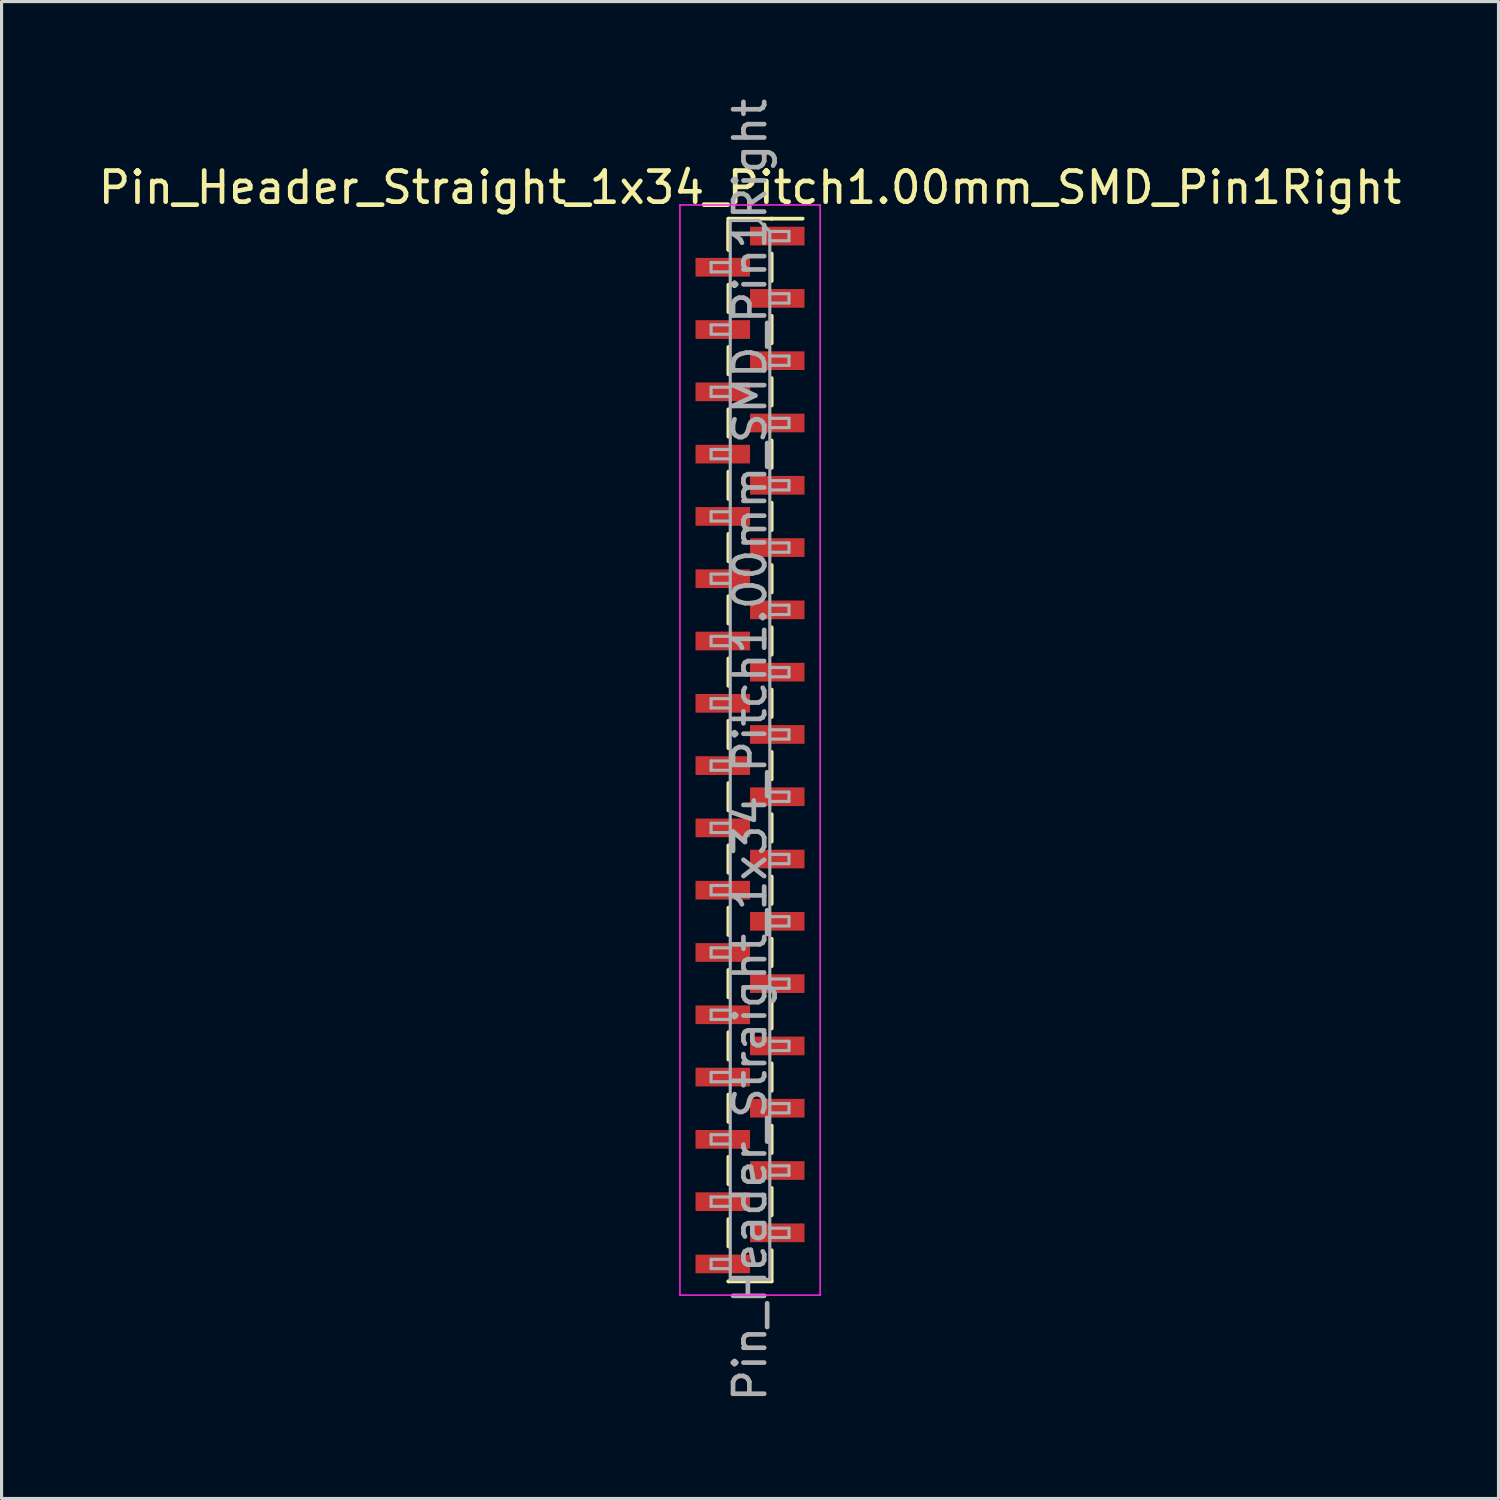
<source format=kicad_pcb>
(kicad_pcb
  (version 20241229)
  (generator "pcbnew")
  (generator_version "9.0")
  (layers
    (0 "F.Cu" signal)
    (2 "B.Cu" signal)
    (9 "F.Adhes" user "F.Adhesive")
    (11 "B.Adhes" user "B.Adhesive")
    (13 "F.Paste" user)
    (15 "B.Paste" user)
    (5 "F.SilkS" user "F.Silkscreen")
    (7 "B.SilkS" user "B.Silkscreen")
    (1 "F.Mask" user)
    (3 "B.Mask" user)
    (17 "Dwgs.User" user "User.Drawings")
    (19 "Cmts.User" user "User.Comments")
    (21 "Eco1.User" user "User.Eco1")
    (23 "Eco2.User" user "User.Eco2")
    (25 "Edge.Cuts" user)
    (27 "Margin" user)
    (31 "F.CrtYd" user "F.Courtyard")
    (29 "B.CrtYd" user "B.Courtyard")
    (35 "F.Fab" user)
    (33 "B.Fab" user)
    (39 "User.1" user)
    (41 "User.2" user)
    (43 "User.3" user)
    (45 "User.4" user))
  (footprint "Pin_Header_Straight_1x34_Pitch1.00mm_SMD_Pin1Right"
    (layer "F.Cu")
    (at 21.03 21.03)
    (property "Reference" "Pin_Header_Straight_1x34_Pitch1.00mm_SMD_Pin1Right" (at 0 -18.06 0) (layer "F.SilkS") (effects (font (size 1 1) (thickness 0.15))))
    (attr smd)
    (fp_line (start -0.695 -17.06) (end -0.695 -16.06) (stroke (width 0.12) (type solid)) (layer "F.SilkS"))
    (fp_line (start -0.695 -17.06) (end 0.695 -17.06) (stroke (width 0.12) (type solid)) (layer "F.SilkS"))
    (fp_line (start -0.695 -16.94) (end -0.695 -16.06) (stroke (width 0.12) (type solid)) (layer "F.SilkS"))
    (fp_line (start -0.695 -14.94) (end -0.695 -14.06) (stroke (width 0.12) (type solid)) (layer "F.SilkS"))
    (fp_line (start -0.695 -12.94) (end -0.695 -12.06) (stroke (width 0.12) (type solid)) (layer "F.SilkS"))
    (fp_line (start -0.695 -10.94) (end -0.695 -10.06) (stroke (width 0.12) (type solid)) (layer "F.SilkS"))
    (fp_line (start -0.695 -8.94) (end -0.695 -8.06) (stroke (width 0.12) (type solid)) (layer "F.SilkS"))
    (fp_line (start -0.695 -6.94) (end -0.695 -6.06) (stroke (width 0.12) (type solid)) (layer "F.SilkS"))
    (fp_line (start -0.695 -4.94) (end -0.695 -4.06) (stroke (width 0.12) (type solid)) (layer "F.SilkS"))
    (fp_line (start -0.695 -2.94) (end -0.695 -2.06) (stroke (width 0.12) (type solid)) (layer "F.SilkS"))
    (fp_line (start -0.695 -0.94) (end -0.695 -0.06) (stroke (width 0.12) (type solid)) (layer "F.SilkS"))
    (fp_line (start -0.695 1.06) (end -0.695 1.94) (stroke (width 0.12) (type solid)) (layer "F.SilkS"))
    (fp_line (start -0.695 3.06) (end -0.695 3.94) (stroke (width 0.12) (type solid)) (layer "F.SilkS"))
    (fp_line (start -0.695 5.06) (end -0.695 5.94) (stroke (width 0.12) (type solid)) (layer "F.SilkS"))
    (fp_line (start -0.695 7.06) (end -0.695 7.94) (stroke (width 0.12) (type solid)) (layer "F.SilkS"))
    (fp_line (start -0.695 9.06) (end -0.695 9.94) (stroke (width 0.12) (type solid)) (layer "F.SilkS"))
    (fp_line (start -0.695 11.06) (end -0.695 11.94) (stroke (width 0.12) (type solid)) (layer "F.SilkS"))
    (fp_line (start -0.695 13.06) (end -0.695 13.94) (stroke (width 0.12) (type solid)) (layer "F.SilkS"))
    (fp_line (start -0.695 15.06) (end -0.695 15.94) (stroke (width 0.12) (type solid)) (layer "F.SilkS"))
    (fp_line (start -0.695 17.06) (end -0.695 17.06) (stroke (width 0.12) (type solid)) (layer "F.SilkS"))
    (fp_line (start -0.695 17.06) (end 0.695 17.06) (stroke (width 0.12) (type solid)) (layer "F.SilkS"))
    (fp_line (start 0.695 -17.06) (end 0.695 -17.06) (stroke (width 0.12) (type solid)) (layer "F.SilkS"))
    (fp_line (start 0.695 -17.06) (end 1.69 -17.06) (stroke (width 0.12) (type solid)) (layer "F.SilkS"))
    (fp_line (start 0.695 -15.94) (end 0.695 -15.06) (stroke (width 0.12) (type solid)) (layer "F.SilkS"))
    (fp_line (start 0.695 -13.94) (end 0.695 -13.06) (stroke (width 0.12) (type solid)) (layer "F.SilkS"))
    (fp_line (start 0.695 -11.94) (end 0.695 -11.06) (stroke (width 0.12) (type solid)) (layer "F.SilkS"))
    (fp_line (start 0.695 -9.94) (end 0.695 -9.06) (stroke (width 0.12) (type solid)) (layer "F.SilkS"))
    (fp_line (start 0.695 -7.94) (end 0.695 -7.06) (stroke (width 0.12) (type solid)) (layer "F.SilkS"))
    (fp_line (start 0.695 -5.94) (end 0.695 -5.06) (stroke (width 0.12) (type solid)) (layer "F.SilkS"))
    (fp_line (start 0.695 -3.94) (end 0.695 -3.06) (stroke (width 0.12) (type solid)) (layer "F.SilkS"))
    (fp_line (start 0.695 -1.94) (end 0.695 -1.06) (stroke (width 0.12) (type solid)) (layer "F.SilkS"))
    (fp_line (start 0.695 0.06) (end 0.695 0.94) (stroke (width 0.12) (type solid)) (layer "F.SilkS"))
    (fp_line (start 0.695 2.06) (end 0.695 2.94) (stroke (width 0.12) (type solid)) (layer "F.SilkS"))
    (fp_line (start 0.695 4.06) (end 0.695 4.94) (stroke (width 0.12) (type solid)) (layer "F.SilkS"))
    (fp_line (start 0.695 6.06) (end 0.695 6.94) (stroke (width 0.12) (type solid)) (layer "F.SilkS"))
    (fp_line (start 0.695 8.06) (end 0.695 8.94) (stroke (width 0.12) (type solid)) (layer "F.SilkS"))
    (fp_line (start 0.695 10.06) (end 0.695 10.94) (stroke (width 0.12) (type solid)) (layer "F.SilkS"))
    (fp_line (start 0.695 12.06) (end 0.695 12.94) (stroke (width 0.12) (type solid)) (layer "F.SilkS"))
    (fp_line (start 0.695 14.06) (end 0.695 14.94) (stroke (width 0.12) (type solid)) (layer "F.SilkS"))
    (fp_line (start 0.695 16.06) (end 0.695 17.06) (stroke (width 0.12) (type solid)) (layer "F.SilkS"))
    (fp_line (start -2.25 -17.5) (end -2.25 17.5) (stroke (width 0.05) (type solid)) (layer "F.CrtYd"))
    (fp_line (start -2.25 17.5) (end 2.25 17.5) (stroke (width 0.05) (type solid)) (layer "F.CrtYd"))
    (fp_line (start 2.25 -17.5) (end -2.25 -17.5) (stroke (width 0.05) (type solid)) (layer "F.CrtYd"))
    (fp_line (start 2.25 17.5) (end 2.25 -17.5) (stroke (width 0.05) (type solid)) (layer "F.CrtYd"))
    (fp_line (start -1.25 -15.65) (end -1.25 -15.35) (stroke (width 0.1) (type solid)) (layer "F.Fab"))
    (fp_line (start -1.25 -15.35) (end -0.635 -15.35) (stroke (width 0.1) (type solid)) (layer "F.Fab"))
    (fp_line (start -1.25 -13.65) (end -1.25 -13.35) (stroke (width 0.1) (type solid)) (layer "F.Fab"))
    (fp_line (start -1.25 -13.35) (end -0.635 -13.35) (stroke (width 0.1) (type solid)) (layer "F.Fab"))
    (fp_line (start -1.25 -11.65) (end -1.25 -11.35) (stroke (width 0.1) (type solid)) (layer "F.Fab"))
    (fp_line (start -1.25 -11.35) (end -0.635 -11.35) (stroke (width 0.1) (type solid)) (layer "F.Fab"))
    (fp_line (start -1.25 -9.65) (end -1.25 -9.35) (stroke (width 0.1) (type solid)) (layer "F.Fab"))
    (fp_line (start -1.25 -9.35) (end -0.635 -9.35) (stroke (width 0.1) (type solid)) (layer "F.Fab"))
    (fp_line (start -1.25 -7.65) (end -1.25 -7.35) (stroke (width 0.1) (type solid)) (layer "F.Fab"))
    (fp_line (start -1.25 -7.35) (end -0.635 -7.35) (stroke (width 0.1) (type solid)) (layer "F.Fab"))
    (fp_line (start -1.25 -5.65) (end -1.25 -5.35) (stroke (width 0.1) (type solid)) (layer "F.Fab"))
    (fp_line (start -1.25 -5.35) (end -0.635 -5.35) (stroke (width 0.1) (type solid)) (layer "F.Fab"))
    (fp_line (start -1.25 -3.65) (end -1.25 -3.35) (stroke (width 0.1) (type solid)) (layer "F.Fab"))
    (fp_line (start -1.25 -3.35) (end -0.635 -3.35) (stroke (width 0.1) (type solid)) (layer "F.Fab"))
    (fp_line (start -1.25 -1.65) (end -1.25 -1.35) (stroke (width 0.1) (type solid)) (layer "F.Fab"))
    (fp_line (start -1.25 -1.35) (end -0.635 -1.35) (stroke (width 0.1) (type solid)) (layer "F.Fab"))
    (fp_line (start -1.25 0.35) (end -1.25 0.65) (stroke (width 0.1) (type solid)) (layer "F.Fab"))
    (fp_line (start -1.25 0.65) (end -0.635 0.65) (stroke (width 0.1) (type solid)) (layer "F.Fab"))
    (fp_line (start -1.25 2.35) (end -1.25 2.65) (stroke (width 0.1) (type solid)) (layer "F.Fab"))
    (fp_line (start -1.25 2.65) (end -0.635 2.65) (stroke (width 0.1) (type solid)) (layer "F.Fab"))
    (fp_line (start -1.25 4.35) (end -1.25 4.65) (stroke (width 0.1) (type solid)) (layer "F.Fab"))
    (fp_line (start -1.25 4.65) (end -0.635 4.65) (stroke (width 0.1) (type solid)) (layer "F.Fab"))
    (fp_line (start -1.25 6.35) (end -1.25 6.65) (stroke (width 0.1) (type solid)) (layer "F.Fab"))
    (fp_line (start -1.25 6.65) (end -0.635 6.65) (stroke (width 0.1) (type solid)) (layer "F.Fab"))
    (fp_line (start -1.25 8.35) (end -1.25 8.65) (stroke (width 0.1) (type solid)) (layer "F.Fab"))
    (fp_line (start -1.25 8.65) (end -0.635 8.65) (stroke (width 0.1) (type solid)) (layer "F.Fab"))
    (fp_line (start -1.25 10.35) (end -1.25 10.65) (stroke (width 0.1) (type solid)) (layer "F.Fab"))
    (fp_line (start -1.25 10.65) (end -0.635 10.65) (stroke (width 0.1) (type solid)) (layer "F.Fab"))
    (fp_line (start -1.25 12.35) (end -1.25 12.65) (stroke (width 0.1) (type solid)) (layer "F.Fab"))
    (fp_line (start -1.25 12.65) (end -0.635 12.65) (stroke (width 0.1) (type solid)) (layer "F.Fab"))
    (fp_line (start -1.25 14.35) (end -1.25 14.65) (stroke (width 0.1) (type solid)) (layer "F.Fab"))
    (fp_line (start -1.25 14.65) (end -0.635 14.65) (stroke (width 0.1) (type solid)) (layer "F.Fab"))
    (fp_line (start -1.25 16.35) (end -1.25 16.65) (stroke (width 0.1) (type solid)) (layer "F.Fab"))
    (fp_line (start -1.25 16.65) (end -0.635 16.65) (stroke (width 0.1) (type solid)) (layer "F.Fab"))
    (fp_line (start -0.635 -17) (end -0.635 17) (stroke (width 0.1) (type solid)) (layer "F.Fab"))
    (fp_line (start -0.635 -17) (end 0.285 -17) (stroke (width 0.1) (type solid)) (layer "F.Fab"))
    (fp_line (start -0.635 -15.65) (end -1.25 -15.65) (stroke (width 0.1) (type solid)) (layer "F.Fab"))
    (fp_line (start -0.635 -13.65) (end -1.25 -13.65) (stroke (width 0.1) (type solid)) (layer "F.Fab"))
    (fp_line (start -0.635 -11.65) (end -1.25 -11.65) (stroke (width 0.1) (type solid)) (layer "F.Fab"))
    (fp_line (start -0.635 -9.65) (end -1.25 -9.65) (stroke (width 0.1) (type solid)) (layer "F.Fab"))
    (fp_line (start -0.635 -7.65) (end -1.25 -7.65) (stroke (width 0.1) (type solid)) (layer "F.Fab"))
    (fp_line (start -0.635 -5.65) (end -1.25 -5.65) (stroke (width 0.1) (type solid)) (layer "F.Fab"))
    (fp_line (start -0.635 -3.65) (end -1.25 -3.65) (stroke (width 0.1) (type solid)) (layer "F.Fab"))
    (fp_line (start -0.635 -1.65) (end -1.25 -1.65) (stroke (width 0.1) (type solid)) (layer "F.Fab"))
    (fp_line (start -0.635 0.35) (end -1.25 0.35) (stroke (width 0.1) (type solid)) (layer "F.Fab"))
    (fp_line (start -0.635 2.35) (end -1.25 2.35) (stroke (width 0.1) (type solid)) (layer "F.Fab"))
    (fp_line (start -0.635 4.35) (end -1.25 4.35) (stroke (width 0.1) (type solid)) (layer "F.Fab"))
    (fp_line (start -0.635 6.35) (end -1.25 6.35) (stroke (width 0.1) (type solid)) (layer "F.Fab"))
    (fp_line (start -0.635 8.35) (end -1.25 8.35) (stroke (width 0.1) (type solid)) (layer "F.Fab"))
    (fp_line (start -0.635 10.35) (end -1.25 10.35) (stroke (width 0.1) (type solid)) (layer "F.Fab"))
    (fp_line (start -0.635 12.35) (end -1.25 12.35) (stroke (width 0.1) (type solid)) (layer "F.Fab"))
    (fp_line (start -0.635 14.35) (end -1.25 14.35) (stroke (width 0.1) (type solid)) (layer "F.Fab"))
    (fp_line (start -0.635 16.35) (end -1.25 16.35) (stroke (width 0.1) (type solid)) (layer "F.Fab"))
    (fp_line (start 0.635 -16.65) (end 0.285 -17) (stroke (width 0.1) (type solid)) (layer "F.Fab"))
    (fp_line (start 0.635 -16.65) (end 1.25 -16.65) (stroke (width 0.1) (type solid)) (layer "F.Fab"))
    (fp_line (start 0.635 -14.65) (end 1.25 -14.65) (stroke (width 0.1) (type solid)) (layer "F.Fab"))
    (fp_line (start 0.635 -12.65) (end 1.25 -12.65) (stroke (width 0.1) (type solid)) (layer "F.Fab"))
    (fp_line (start 0.635 -10.65) (end 1.25 -10.65) (stroke (width 0.1) (type solid)) (layer "F.Fab"))
    (fp_line (start 0.635 -8.65) (end 1.25 -8.65) (stroke (width 0.1) (type solid)) (layer "F.Fab"))
    (fp_line (start 0.635 -6.65) (end 1.25 -6.65) (stroke (width 0.1) (type solid)) (layer "F.Fab"))
    (fp_line (start 0.635 -4.65) (end 1.25 -4.65) (stroke (width 0.1) (type solid)) (layer "F.Fab"))
    (fp_line (start 0.635 -2.65) (end 1.25 -2.65) (stroke (width 0.1) (type solid)) (layer "F.Fab"))
    (fp_line (start 0.635 -0.65) (end 1.25 -0.65) (stroke (width 0.1) (type solid)) (layer "F.Fab"))
    (fp_line (start 0.635 1.35) (end 1.25 1.35) (stroke (width 0.1) (type solid)) (layer "F.Fab"))
    (fp_line (start 0.635 3.35) (end 1.25 3.35) (stroke (width 0.1) (type solid)) (layer "F.Fab"))
    (fp_line (start 0.635 5.35) (end 1.25 5.35) (stroke (width 0.1) (type solid)) (layer "F.Fab"))
    (fp_line (start 0.635 7.35) (end 1.25 7.35) (stroke (width 0.1) (type solid)) (layer "F.Fab"))
    (fp_line (start 0.635 9.35) (end 1.25 9.35) (stroke (width 0.1) (type solid)) (layer "F.Fab"))
    (fp_line (start 0.635 11.35) (end 1.25 11.35) (stroke (width 0.1) (type solid)) (layer "F.Fab"))
    (fp_line (start 0.635 13.35) (end 1.25 13.35) (stroke (width 0.1) (type solid)) (layer "F.Fab"))
    (fp_line (start 0.635 15.35) (end 1.25 15.35) (stroke (width 0.1) (type solid)) (layer "F.Fab"))
    (fp_line (start 0.635 17) (end -0.635 17) (stroke (width 0.1) (type solid)) (layer "F.Fab"))
    (fp_line (start 0.635 17) (end 0.635 -16.65) (stroke (width 0.1) (type solid)) (layer "F.Fab"))
    (fp_line (start 1.25 -16.65) (end 1.25 -16.35) (stroke (width 0.1) (type solid)) (layer "F.Fab"))
    (fp_line (start 1.25 -16.35) (end 0.635 -16.35) (stroke (width 0.1) (type solid)) (layer "F.Fab"))
    (fp_line (start 1.25 -14.65) (end 1.25 -14.35) (stroke (width 0.1) (type solid)) (layer "F.Fab"))
    (fp_line (start 1.25 -14.35) (end 0.635 -14.35) (stroke (width 0.1) (type solid)) (layer "F.Fab"))
    (fp_line (start 1.25 -12.65) (end 1.25 -12.35) (stroke (width 0.1) (type solid)) (layer "F.Fab"))
    (fp_line (start 1.25 -12.35) (end 0.635 -12.35) (stroke (width 0.1) (type solid)) (layer "F.Fab"))
    (fp_line (start 1.25 -10.65) (end 1.25 -10.35) (stroke (width 0.1) (type solid)) (layer "F.Fab"))
    (fp_line (start 1.25 -10.35) (end 0.635 -10.35) (stroke (width 0.1) (type solid)) (layer "F.Fab"))
    (fp_line (start 1.25 -8.65) (end 1.25 -8.35) (stroke (width 0.1) (type solid)) (layer "F.Fab"))
    (fp_line (start 1.25 -8.35) (end 0.635 -8.35) (stroke (width 0.1) (type solid)) (layer "F.Fab"))
    (fp_line (start 1.25 -6.65) (end 1.25 -6.35) (stroke (width 0.1) (type solid)) (layer "F.Fab"))
    (fp_line (start 1.25 -6.35) (end 0.635 -6.35) (stroke (width 0.1) (type solid)) (layer "F.Fab"))
    (fp_line (start 1.25 -4.65) (end 1.25 -4.35) (stroke (width 0.1) (type solid)) (layer "F.Fab"))
    (fp_line (start 1.25 -4.35) (end 0.635 -4.35) (stroke (width 0.1) (type solid)) (layer "F.Fab"))
    (fp_line (start 1.25 -2.65) (end 1.25 -2.35) (stroke (width 0.1) (type solid)) (layer "F.Fab"))
    (fp_line (start 1.25 -2.35) (end 0.635 -2.35) (stroke (width 0.1) (type solid)) (layer "F.Fab"))
    (fp_line (start 1.25 -0.65) (end 1.25 -0.35) (stroke (width 0.1) (type solid)) (layer "F.Fab"))
    (fp_line (start 1.25 -0.35) (end 0.635 -0.35) (stroke (width 0.1) (type solid)) (layer "F.Fab"))
    (fp_line (start 1.25 1.35) (end 1.25 1.65) (stroke (width 0.1) (type solid)) (layer "F.Fab"))
    (fp_line (start 1.25 1.65) (end 0.635 1.65) (stroke (width 0.1) (type solid)) (layer "F.Fab"))
    (fp_line (start 1.25 3.35) (end 1.25 3.65) (stroke (width 0.1) (type solid)) (layer "F.Fab"))
    (fp_line (start 1.25 3.65) (end 0.635 3.65) (stroke (width 0.1) (type solid)) (layer "F.Fab"))
    (fp_line (start 1.25 5.35) (end 1.25 5.65) (stroke (width 0.1) (type solid)) (layer "F.Fab"))
    (fp_line (start 1.25 5.65) (end 0.635 5.65) (stroke (width 0.1) (type solid)) (layer "F.Fab"))
    (fp_line (start 1.25 7.35) (end 1.25 7.65) (stroke (width 0.1) (type solid)) (layer "F.Fab"))
    (fp_line (start 1.25 7.65) (end 0.635 7.65) (stroke (width 0.1) (type solid)) (layer "F.Fab"))
    (fp_line (start 1.25 9.35) (end 1.25 9.65) (stroke (width 0.1) (type solid)) (layer "F.Fab"))
    (fp_line (start 1.25 9.65) (end 0.635 9.65) (stroke (width 0.1) (type solid)) (layer "F.Fab"))
    (fp_line (start 1.25 11.35) (end 1.25 11.65) (stroke (width 0.1) (type solid)) (layer "F.Fab"))
    (fp_line (start 1.25 11.65) (end 0.635 11.65) (stroke (width 0.1) (type solid)) (layer "F.Fab"))
    (fp_line (start 1.25 13.35) (end 1.25 13.65) (stroke (width 0.1) (type solid)) (layer "F.Fab"))
    (fp_line (start 1.25 13.65) (end 0.635 13.65) (stroke (width 0.1) (type solid)) (layer "F.Fab"))
    (fp_line (start 1.25 15.35) (end 1.25 15.65) (stroke (width 0.1) (type solid)) (layer "F.Fab"))
    (fp_line (start 1.25 15.65) (end 0.635 15.65) (stroke (width 0.1) (type solid)) (layer "F.Fab"))
    (fp_text user "${REFERENCE}" (at 0 0 90) (layer "F.Fab") (effects (font (size 1 1) (thickness 0.15))))
    (pad "1" smd rect (at 0.875 -16.5) (size 1.75 0.6) (layers "F.Cu" "F.Mask" "F.Paste"))
    (pad "2" smd rect (at -0.875 -15.5) (size 1.75 0.6) (layers "F.Cu" "F.Mask" "F.Paste"))
    (pad "3" smd rect (at 0.875 -14.5) (size 1.75 0.6) (layers "F.Cu" "F.Mask" "F.Paste"))
    (pad "4" smd rect (at -0.875 -13.5) (size 1.75 0.6) (layers "F.Cu" "F.Mask" "F.Paste"))
    (pad "5" smd rect (at 0.875 -12.5) (size 1.75 0.6) (layers "F.Cu" "F.Mask" "F.Paste"))
    (pad "6" smd rect (at -0.875 -11.5) (size 1.75 0.6) (layers "F.Cu" "F.Mask" "F.Paste"))
    (pad "7" smd rect (at 0.875 -10.5) (size 1.75 0.6) (layers "F.Cu" "F.Mask" "F.Paste"))
    (pad "8" smd rect (at -0.875 -9.5) (size 1.75 0.6) (layers "F.Cu" "F.Mask" "F.Paste"))
    (pad "9" smd rect (at 0.875 -8.5) (size 1.75 0.6) (layers "F.Cu" "F.Mask" "F.Paste"))
    (pad "10" smd rect (at -0.875 -7.5) (size 1.75 0.6) (layers "F.Cu" "F.Mask" "F.Paste"))
    (pad "11" smd rect (at 0.875 -6.5) (size 1.75 0.6) (layers "F.Cu" "F.Mask" "F.Paste"))
    (pad "12" smd rect (at -0.875 -5.5) (size 1.75 0.6) (layers "F.Cu" "F.Mask" "F.Paste"))
    (pad "13" smd rect (at 0.875 -4.5) (size 1.75 0.6) (layers "F.Cu" "F.Mask" "F.Paste"))
    (pad "14" smd rect (at -0.875 -3.5) (size 1.75 0.6) (layers "F.Cu" "F.Mask" "F.Paste"))
    (pad "15" smd rect (at 0.875 -2.5) (size 1.75 0.6) (layers "F.Cu" "F.Mask" "F.Paste"))
    (pad "16" smd rect (at -0.875 -1.5) (size 1.75 0.6) (layers "F.Cu" "F.Mask" "F.Paste"))
    (pad "17" smd rect (at 0.875 -0.5) (size 1.75 0.6) (layers "F.Cu" "F.Mask" "F.Paste"))
    (pad "18" smd rect (at -0.875 0.5) (size 1.75 0.6) (layers "F.Cu" "F.Mask" "F.Paste"))
    (pad "19" smd rect (at 0.875 1.5) (size 1.75 0.6) (layers "F.Cu" "F.Mask" "F.Paste"))
    (pad "20" smd rect (at -0.875 2.5) (size 1.75 0.6) (layers "F.Cu" "F.Mask" "F.Paste"))
    (pad "21" smd rect (at 0.875 3.5) (size 1.75 0.6) (layers "F.Cu" "F.Mask" "F.Paste"))
    (pad "22" smd rect (at -0.875 4.5) (size 1.75 0.6) (layers "F.Cu" "F.Mask" "F.Paste"))
    (pad "23" smd rect (at 0.875 5.5) (size 1.75 0.6) (layers "F.Cu" "F.Mask" "F.Paste"))
    (pad "24" smd rect (at -0.875 6.5) (size 1.75 0.6) (layers "F.Cu" "F.Mask" "F.Paste"))
    (pad "25" smd rect (at 0.875 7.5) (size 1.75 0.6) (layers "F.Cu" "F.Mask" "F.Paste"))
    (pad "26" smd rect (at -0.875 8.5) (size 1.75 0.6) (layers "F.Cu" "F.Mask" "F.Paste"))
    (pad "27" smd rect (at 0.875 9.5) (size 1.75 0.6) (layers "F.Cu" "F.Mask" "F.Paste"))
    (pad "28" smd rect (at -0.875 10.5) (size 1.75 0.6) (layers "F.Cu" "F.Mask" "F.Paste"))
    (pad "29" smd rect (at 0.875 11.5) (size 1.75 0.6) (layers "F.Cu" "F.Mask" "F.Paste"))
    (pad "30" smd rect (at -0.875 12.5) (size 1.75 0.6) (layers "F.Cu" "F.Mask" "F.Paste"))
    (pad "31" smd rect (at 0.875 13.5) (size 1.75 0.6) (layers "F.Cu" "F.Mask" "F.Paste"))
    (pad "32" smd rect (at -0.875 14.5) (size 1.75 0.6) (layers "F.Cu" "F.Mask" "F.Paste"))
    (pad "33" smd rect (at 0.875 15.5) (size 1.75 0.6) (layers "F.Cu" "F.Mask" "F.Paste"))
    (pad "34" smd rect (at -0.875 16.5) (size 1.75 0.6) (layers "F.Cu" "F.Mask" "F.Paste")))
  (gr_rect
    (start -3 -3)
    (end 45.06 45.06)
    (stroke (width 0.1) (type default))
    (fill no)
    (layer "Edge.Cuts")))
</source>
